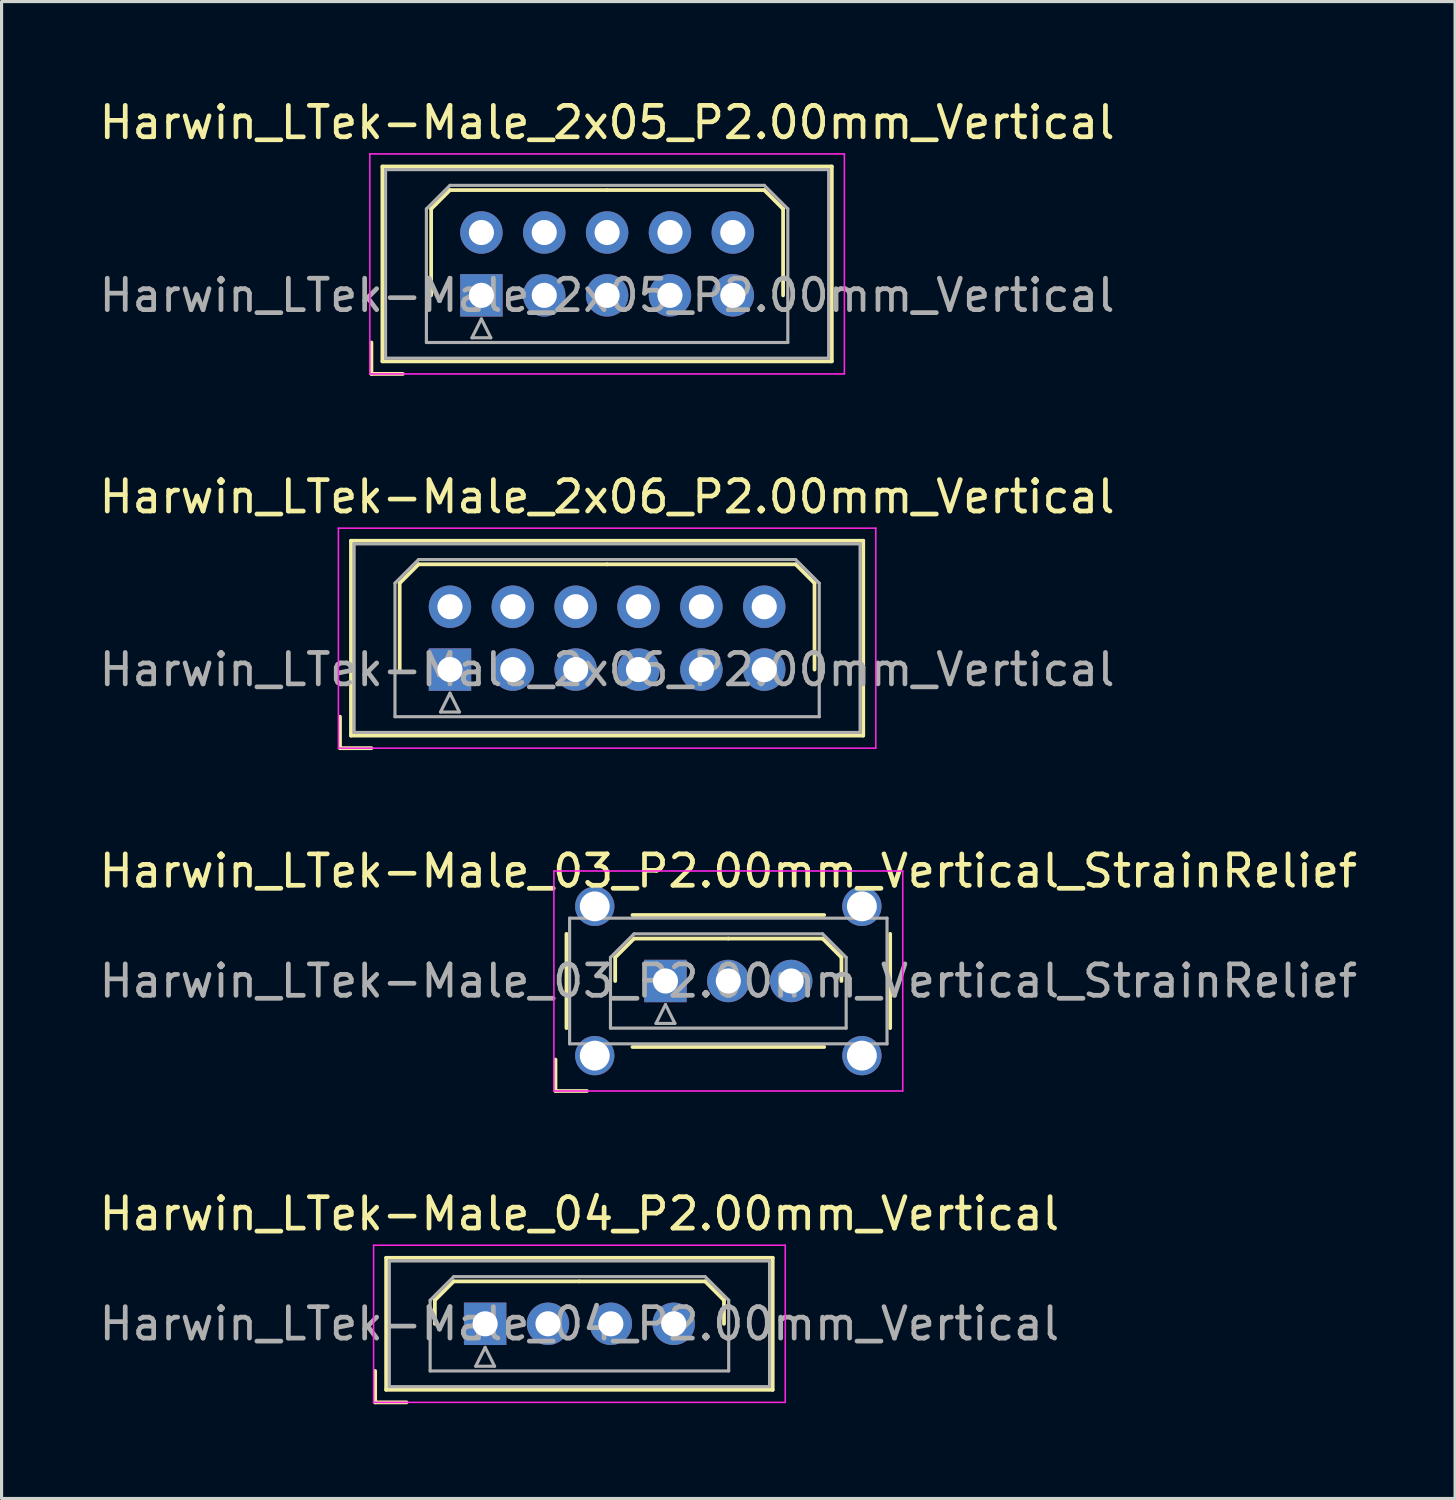
<source format=kicad_pcb>
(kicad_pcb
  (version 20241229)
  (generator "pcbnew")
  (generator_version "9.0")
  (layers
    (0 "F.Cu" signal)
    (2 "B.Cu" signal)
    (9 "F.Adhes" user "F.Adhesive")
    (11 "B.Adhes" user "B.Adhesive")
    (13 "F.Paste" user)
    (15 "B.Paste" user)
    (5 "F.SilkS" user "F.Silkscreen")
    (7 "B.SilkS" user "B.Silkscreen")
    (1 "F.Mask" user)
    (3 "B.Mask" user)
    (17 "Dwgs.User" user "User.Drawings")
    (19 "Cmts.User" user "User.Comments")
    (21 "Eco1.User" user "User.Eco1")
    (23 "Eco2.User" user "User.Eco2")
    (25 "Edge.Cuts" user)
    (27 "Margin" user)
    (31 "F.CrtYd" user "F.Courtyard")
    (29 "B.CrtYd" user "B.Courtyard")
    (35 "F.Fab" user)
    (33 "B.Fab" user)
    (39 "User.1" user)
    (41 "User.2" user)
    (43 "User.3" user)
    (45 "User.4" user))
  (footprint "Harwin_LTek-Male_04_P2.00mm_Vertical"
    (layer "F.Cu")
    (at 12.387 39.073)
    (property "Reference" "Harwin_LTek-Male_04_P2.00mm_Vertical" (at 3 -3.5 0) (layer "F.SilkS") (effects (font (size 1 1) (thickness 0.15))))
    (attr through_hole)
    (fp_line (start -3.5 1.5) (end -3.5 2.5) (stroke (width 0.12) (type solid)) (layer "F.SilkS"))
    (fp_line (start -3.5 2.5) (end -2.5 2.5) (stroke (width 0.12) (type solid)) (layer "F.SilkS"))
    (fp_line (start -3.15 -2.1) (end -3.15 2.1) (stroke (width 0.12) (type solid)) (layer "F.SilkS"))
    (fp_line (start -3.15 2.1) (end 9.15 2.1) (stroke (width 0.12) (type solid)) (layer "F.SilkS"))
    (fp_line (start -1.6 -0.75) (end -1 -1.35) (stroke (width 0.12) (type solid)) (layer "F.SilkS"))
    (fp_line (start -1.6 0) (end -1.6 -0.75) (stroke (width 0.12) (type solid)) (layer "F.SilkS"))
    (fp_line (start -1 -1.35) (end 3 -1.35) (stroke (width 0.12) (type solid)) (layer "F.SilkS"))
    (fp_line (start 7 -1.35) (end 3 -1.35) (stroke (width 0.12) (type solid)) (layer "F.SilkS"))
    (fp_line (start 7.6 -0.75) (end 7 -1.35) (stroke (width 0.12) (type solid)) (layer "F.SilkS"))
    (fp_line (start 7.6 0) (end 7.6 -0.75) (stroke (width 0.12) (type solid)) (layer "F.SilkS"))
    (fp_line (start 9.15 -2.1) (end -3.15 -2.1) (stroke (width 0.12) (type solid)) (layer "F.SilkS"))
    (fp_line (start 9.15 2.1) (end 9.15 -2.1) (stroke (width 0.12) (type solid)) (layer "F.SilkS"))
    (fp_line (start -3.55 -2.5) (end -3.55 2.5) (stroke (width 0.05) (type solid)) (layer "F.CrtYd"))
    (fp_line (start -3.55 2.5) (end 9.55 2.5) (stroke (width 0.05) (type solid)) (layer "F.CrtYd"))
    (fp_line (start 9.55 -2.5) (end -3.55 -2.5) (stroke (width 0.05) (type solid)) (layer "F.CrtYd"))
    (fp_line (start 9.55 2.5) (end 9.55 -2.5) (stroke (width 0.05) (type solid)) (layer "F.CrtYd"))
    (fp_line (start -3.05 -2) (end -3.05 2) (stroke (width 0.1) (type solid)) (layer "F.Fab"))
    (fp_line (start -3.05 2) (end 9.05 2) (stroke (width 0.1) (type solid)) (layer "F.Fab"))
    (fp_line (start -1.75 -0.75) (end -1 -1.5) (stroke (width 0.1) (type solid)) (layer "F.Fab"))
    (fp_line (start -1.75 1.5) (end -1.75 -0.75) (stroke (width 0.1) (type solid)) (layer "F.Fab"))
    (fp_line (start -1 -1.5) (end 7 -1.5) (stroke (width 0.1) (type solid)) (layer "F.Fab"))
    (fp_line (start -0.3 1.35) (end 0.3 1.35) (stroke (width 0.1) (type solid)) (layer "F.Fab"))
    (fp_line (start 0 0.75) (end -0.3 1.35) (stroke (width 0.1) (type solid)) (layer "F.Fab"))
    (fp_line (start 0.3 1.35) (end 0 0.75) (stroke (width 0.1) (type solid)) (layer "F.Fab"))
    (fp_line (start 7 -1.5) (end 7.75 -0.75) (stroke (width 0.1) (type solid)) (layer "F.Fab"))
    (fp_line (start 7.75 -0.75) (end 7.75 1.5) (stroke (width 0.1) (type solid)) (layer "F.Fab"))
    (fp_line (start 7.75 1.5) (end -1.75 1.5) (stroke (width 0.1) (type solid)) (layer "F.Fab"))
    (fp_line (start 9.05 -2) (end -3.05 -2) (stroke (width 0.1) (type solid)) (layer "F.Fab"))
    (fp_line (start 9.05 2) (end 9.05 -2) (stroke (width 0.1) (type solid)) (layer "F.Fab"))
    (fp_text user "${REFERENCE}" (at 3 0 0) (layer "F.Fab") (effects (font (size 1 1) (thickness 0.15))))
    (pad "1" thru_hole rect (at 0 0) (size 1.35 1.35) (drill 0.8) (layers "*.Cu" "*.Mask"))
    (pad "2" thru_hole circle (at 2 0) (size 1.35 1.35) (drill 0.8) (layers "*.Cu" "*.Mask"))
    (pad "3" thru_hole circle (at 4 0) (size 1.35 1.35) (drill 0.8) (layers "*.Cu" "*.Mask"))
    (pad "4" thru_hole circle (at 6 0) (size 1.35 1.35) (drill 0.8) (layers "*.Cu" "*.Mask")))
  (footprint "Harwin_LTek-Male_2x05_P2.00mm_Vertical"
    (layer "F.Cu")
    (at 12.268 6.348)
    (property "Reference" "Harwin_LTek-Male_2x05_P2.00mm_Vertical" (at 4 -5.5 0) (layer "F.SilkS") (effects (font (size 1 1) (thickness 0.15))))
    (attr through_hole)
    (fp_line (start -3.5 1.5) (end -3.5 2.5) (stroke (width 0.12) (type solid)) (layer "F.SilkS"))
    (fp_line (start -3.5 2.5) (end -2.5 2.5) (stroke (width 0.12) (type solid)) (layer "F.SilkS"))
    (fp_line (start -3.15 -4.1) (end -3.15 2.1) (stroke (width 0.12) (type solid)) (layer "F.SilkS"))
    (fp_line (start -3.15 2.1) (end 11.15 2.1) (stroke (width 0.12) (type solid)) (layer "F.SilkS"))
    (fp_line (start -1.6 -2.75) (end -1 -3.35) (stroke (width 0.12) (type solid)) (layer "F.SilkS"))
    (fp_line (start -1.6 0) (end -1.6 -2.75) (stroke (width 0.12) (type solid)) (layer "F.SilkS"))
    (fp_line (start -1 -3.35) (end 4 -3.35) (stroke (width 0.12) (type solid)) (layer "F.SilkS"))
    (fp_line (start 9 -3.35) (end 4 -3.35) (stroke (width 0.12) (type solid)) (layer "F.SilkS"))
    (fp_line (start 9.6 -2.75) (end 9 -3.35) (stroke (width 0.12) (type solid)) (layer "F.SilkS"))
    (fp_line (start 9.6 0) (end 9.6 -2.75) (stroke (width 0.12) (type solid)) (layer "F.SilkS"))
    (fp_line (start 11.15 -4.1) (end -3.15 -4.1) (stroke (width 0.12) (type solid)) (layer "F.SilkS"))
    (fp_line (start 11.15 2.1) (end 11.15 -4.1) (stroke (width 0.12) (type solid)) (layer "F.SilkS"))
    (fp_line (start -3.55 -4.5) (end -3.55 2.5) (stroke (width 0.05) (type solid)) (layer "F.CrtYd"))
    (fp_line (start -3.55 2.5) (end 11.55 2.5) (stroke (width 0.05) (type solid)) (layer "F.CrtYd"))
    (fp_line (start 11.55 -4.5) (end -3.55 -4.5) (stroke (width 0.05) (type solid)) (layer "F.CrtYd"))
    (fp_line (start 11.55 2.5) (end 11.55 -4.5) (stroke (width 0.05) (type solid)) (layer "F.CrtYd"))
    (fp_line (start -3.05 -4) (end -3.05 2) (stroke (width 0.1) (type solid)) (layer "F.Fab"))
    (fp_line (start -3.05 2) (end 11.05 2) (stroke (width 0.1) (type solid)) (layer "F.Fab"))
    (fp_line (start -1.75 -2.75) (end -1 -3.5) (stroke (width 0.1) (type solid)) (layer "F.Fab"))
    (fp_line (start -1.75 1.5) (end -1.75 -2.75) (stroke (width 0.1) (type solid)) (layer "F.Fab"))
    (fp_line (start -1 -3.5) (end 9 -3.5) (stroke (width 0.1) (type solid)) (layer "F.Fab"))
    (fp_line (start -0.3 1.35) (end 0.3 1.35) (stroke (width 0.1) (type solid)) (layer "F.Fab"))
    (fp_line (start 0 0.75) (end -0.3 1.35) (stroke (width 0.1) (type solid)) (layer "F.Fab"))
    (fp_line (start 0.3 1.35) (end 0 0.75) (stroke (width 0.1) (type solid)) (layer "F.Fab"))
    (fp_line (start 9 -3.5) (end 9.75 -2.75) (stroke (width 0.1) (type solid)) (layer "F.Fab"))
    (fp_line (start 9.75 -2.75) (end 9.75 1.5) (stroke (width 0.1) (type solid)) (layer "F.Fab"))
    (fp_line (start 9.75 1.5) (end -1.75 1.5) (stroke (width 0.1) (type solid)) (layer "F.Fab"))
    (fp_line (start 11.05 -4) (end -3.05 -4) (stroke (width 0.1) (type solid)) (layer "F.Fab"))
    (fp_line (start 11.05 2) (end 11.05 -4) (stroke (width 0.1) (type solid)) (layer "F.Fab"))
    (fp_text user "${REFERENCE}" (at 4 0 0) (layer "F.Fab") (effects (font (size 1 1) (thickness 0.15))))
    (pad "1" thru_hole rect (at 0 0) (size 1.35 1.35) (drill 0.8) (layers "*.Cu" "*.Mask"))
    (pad "2" thru_hole circle (at 0 -2) (size 1.35 1.35) (drill 0.8) (layers "*.Cu" "*.Mask"))
    (pad "3" thru_hole circle (at 2 0) (size 1.35 1.35) (drill 0.8) (layers "*.Cu" "*.Mask"))
    (pad "4" thru_hole circle (at 2 -2) (size 1.35 1.35) (drill 0.8) (layers "*.Cu" "*.Mask"))
    (pad "5" thru_hole circle (at 4 0) (size 1.35 1.35) (drill 0.8) (layers "*.Cu" "*.Mask"))
    (pad "6" thru_hole circle (at 4 -2) (size 1.35 1.35) (drill 0.8) (layers "*.Cu" "*.Mask"))
    (pad "7" thru_hole circle (at 6 0) (size 1.35 1.35) (drill 0.8) (layers "*.Cu" "*.Mask"))
    (pad "8" thru_hole circle (at 6 -2) (size 1.35 1.35) (drill 0.8) (layers "*.Cu" "*.Mask"))
    (pad "9" thru_hole circle (at 8 0) (size 1.35 1.35) (drill 0.8) (layers "*.Cu" "*.Mask"))
    (pad "10" thru_hole circle (at 8 -2) (size 1.35 1.35) (drill 0.8) (layers "*.Cu" "*.Mask")))
  (footprint "Harwin_LTek-Male_03_P2.00mm_Vertical_StrainRelief"
    (layer "F.Cu")
    (at 18.125 28.165)
    (property "Reference" "Harwin_LTek-Male_03_P2.00mm_Vertical_StrainRelief" (at 2 -3.5 0) (layer "F.SilkS") (effects (font (size 1 1) (thickness 0.15))))
    (attr through_hole)
    (fp_line (start -3.5 2.5) (end -3.5 3.5) (stroke (width 0.12) (type solid)) (layer "F.SilkS"))
    (fp_line (start -3.5 3.5) (end -2.5 3.5) (stroke (width 0.12) (type solid)) (layer "F.SilkS"))
    (fp_line (start -3.15 -1.5) (end -3.15 1.5) (stroke (width 0.12) (type solid)) (layer "F.SilkS"))
    (fp_line (start -1.6 -0.75) (end -1 -1.35) (stroke (width 0.12) (type solid)) (layer "F.SilkS"))
    (fp_line (start -1.6 0) (end -1.6 -0.75) (stroke (width 0.12) (type solid)) (layer "F.SilkS"))
    (fp_line (start -1.05 -2.1) (end 5.05 -2.1) (stroke (width 0.12) (type solid)) (layer "F.SilkS"))
    (fp_line (start -1.05 2.1) (end 5.05 2.1) (stroke (width 0.12) (type solid)) (layer "F.SilkS"))
    (fp_line (start -1 -1.35) (end 2 -1.35) (stroke (width 0.12) (type solid)) (layer "F.SilkS"))
    (fp_line (start 5 -1.35) (end 2 -1.35) (stroke (width 0.12) (type solid)) (layer "F.SilkS"))
    (fp_line (start 5.6 -0.75) (end 5 -1.35) (stroke (width 0.12) (type solid)) (layer "F.SilkS"))
    (fp_line (start 5.6 0) (end 5.6 -0.75) (stroke (width 0.12) (type solid)) (layer "F.SilkS"))
    (fp_line (start 7.15 -1.5) (end 7.15 1.5) (stroke (width 0.12) (type solid)) (layer "F.SilkS"))
    (fp_line (start -3.55 -3.5) (end -3.55 3.5) (stroke (width 0.05) (type solid)) (layer "F.CrtYd"))
    (fp_line (start -3.55 3.5) (end 7.55 3.5) (stroke (width 0.05) (type solid)) (layer "F.CrtYd"))
    (fp_line (start 7.55 -3.5) (end -3.55 -3.5) (stroke (width 0.05) (type solid)) (layer "F.CrtYd"))
    (fp_line (start 7.55 3.5) (end 7.55 -3.5) (stroke (width 0.05) (type solid)) (layer "F.CrtYd"))
    (fp_line (start -3.05 -2) (end -3.05 2) (stroke (width 0.1) (type solid)) (layer "F.Fab"))
    (fp_line (start -3.05 2) (end 7.05 2) (stroke (width 0.1) (type solid)) (layer "F.Fab"))
    (fp_line (start -1.75 -0.75) (end -1 -1.5) (stroke (width 0.1) (type solid)) (layer "F.Fab"))
    (fp_line (start -1.75 1.5) (end -1.75 -0.75) (stroke (width 0.1) (type solid)) (layer "F.Fab"))
    (fp_line (start -1 -1.5) (end 5 -1.5) (stroke (width 0.1) (type solid)) (layer "F.Fab"))
    (fp_line (start -0.3 1.35) (end 0.3 1.35) (stroke (width 0.1) (type solid)) (layer "F.Fab"))
    (fp_line (start 0 0.75) (end -0.3 1.35) (stroke (width 0.1) (type solid)) (layer "F.Fab"))
    (fp_line (start 0.3 1.35) (end 0 0.75) (stroke (width 0.1) (type solid)) (layer "F.Fab"))
    (fp_line (start 5 -1.5) (end 5.75 -0.75) (stroke (width 0.1) (type solid)) (layer "F.Fab"))
    (fp_line (start 5.75 -0.75) (end 5.75 1.5) (stroke (width 0.1) (type solid)) (layer "F.Fab"))
    (fp_line (start 5.75 1.5) (end -1.75 1.5) (stroke (width 0.1) (type solid)) (layer "F.Fab"))
    (fp_line (start 7.05 -2) (end -3.05 -2) (stroke (width 0.1) (type solid)) (layer "F.Fab"))
    (fp_line (start 7.05 2) (end 7.05 -2) (stroke (width 0.1) (type solid)) (layer "F.Fab"))
    (fp_text user "${REFERENCE}" (at 2 0 0) (layer "F.Fab") (effects (font (size 1 1) (thickness 0.15))))
    (pad "" thru_hole circle (at -2.25 -2.375) (size 1.25 1.25) (drill 0.95) (layers "*.Cu" "*.Mask"))
    (pad "" thru_hole circle (at -2.25 2.375) (size 1.25 1.25) (drill 0.95) (layers "*.Cu" "*.Mask"))
    (pad "" thru_hole circle (at 6.25 -2.375) (size 1.25 1.25) (drill 0.95) (layers "*.Cu" "*.Mask"))
    (pad "" thru_hole circle (at 6.25 2.375) (size 1.25 1.25) (drill 0.95) (layers "*.Cu" "*.Mask"))
    (pad "1" thru_hole rect (at 0 0) (size 1.35 1.35) (drill 0.8) (layers "*.Cu" "*.Mask"))
    (pad "2" thru_hole circle (at 2 0) (size 1.35 1.35) (drill 0.8) (layers "*.Cu" "*.Mask"))
    (pad "3" thru_hole circle (at 4 0) (size 1.35 1.35) (drill 0.8) (layers "*.Cu" "*.Mask")))
  (footprint "Harwin_LTek-Male_2x06_P2.00mm_Vertical"
    (layer "F.Cu")
    (at 11.268 18.256)
    (property "Reference" "Harwin_LTek-Male_2x06_P2.00mm_Vertical" (at 5 -5.5 0) (layer "F.SilkS") (effects (font (size 1 1) (thickness 0.15))))
    (attr through_hole)
    (fp_line (start -3.5 1.5) (end -3.5 2.5) (stroke (width 0.12) (type solid)) (layer "F.SilkS"))
    (fp_line (start -3.5 2.5) (end -2.5 2.5) (stroke (width 0.12) (type solid)) (layer "F.SilkS"))
    (fp_line (start -3.15 -4.1) (end -3.15 2.1) (stroke (width 0.12) (type solid)) (layer "F.SilkS"))
    (fp_line (start -3.15 2.1) (end 13.15 2.1) (stroke (width 0.12) (type solid)) (layer "F.SilkS"))
    (fp_line (start -1.6 -2.75) (end -1 -3.35) (stroke (width 0.12) (type solid)) (layer "F.SilkS"))
    (fp_line (start -1.6 0) (end -1.6 -2.75) (stroke (width 0.12) (type solid)) (layer "F.SilkS"))
    (fp_line (start -1 -3.35) (end 5 -3.35) (stroke (width 0.12) (type solid)) (layer "F.SilkS"))
    (fp_line (start 11 -3.35) (end 5 -3.35) (stroke (width 0.12) (type solid)) (layer "F.SilkS"))
    (fp_line (start 11.6 -2.75) (end 11 -3.35) (stroke (width 0.12) (type solid)) (layer "F.SilkS"))
    (fp_line (start 11.6 0) (end 11.6 -2.75) (stroke (width 0.12) (type solid)) (layer "F.SilkS"))
    (fp_line (start 13.15 -4.1) (end -3.15 -4.1) (stroke (width 0.12) (type solid)) (layer "F.SilkS"))
    (fp_line (start 13.15 2.1) (end 13.15 -4.1) (stroke (width 0.12) (type solid)) (layer "F.SilkS"))
    (fp_line (start -3.55 -4.5) (end -3.55 2.5) (stroke (width 0.05) (type solid)) (layer "F.CrtYd"))
    (fp_line (start -3.55 2.5) (end 13.55 2.5) (stroke (width 0.05) (type solid)) (layer "F.CrtYd"))
    (fp_line (start 13.55 -4.5) (end -3.55 -4.5) (stroke (width 0.05) (type solid)) (layer "F.CrtYd"))
    (fp_line (start 13.55 2.5) (end 13.55 -4.5) (stroke (width 0.05) (type solid)) (layer "F.CrtYd"))
    (fp_line (start -3.05 -4) (end -3.05 2) (stroke (width 0.1) (type solid)) (layer "F.Fab"))
    (fp_line (start -3.05 2) (end 13.05 2) (stroke (width 0.1) (type solid)) (layer "F.Fab"))
    (fp_line (start -1.75 -2.75) (end -1 -3.5) (stroke (width 0.1) (type solid)) (layer "F.Fab"))
    (fp_line (start -1.75 1.5) (end -1.75 -2.75) (stroke (width 0.1) (type solid)) (layer "F.Fab"))
    (fp_line (start -1 -3.5) (end 11 -3.5) (stroke (width 0.1) (type solid)) (layer "F.Fab"))
    (fp_line (start -0.3 1.35) (end 0.3 1.35) (stroke (width 0.1) (type solid)) (layer "F.Fab"))
    (fp_line (start 0 0.75) (end -0.3 1.35) (stroke (width 0.1) (type solid)) (layer "F.Fab"))
    (fp_line (start 0.3 1.35) (end 0 0.75) (stroke (width 0.1) (type solid)) (layer "F.Fab"))
    (fp_line (start 11 -3.5) (end 11.75 -2.75) (stroke (width 0.1) (type solid)) (layer "F.Fab"))
    (fp_line (start 11.75 -2.75) (end 11.75 1.5) (stroke (width 0.1) (type solid)) (layer "F.Fab"))
    (fp_line (start 11.75 1.5) (end -1.75 1.5) (stroke (width 0.1) (type solid)) (layer "F.Fab"))
    (fp_line (start 13.05 -4) (end -3.05 -4) (stroke (width 0.1) (type solid)) (layer "F.Fab"))
    (fp_line (start 13.05 2) (end 13.05 -4) (stroke (width 0.1) (type solid)) (layer "F.Fab"))
    (fp_text user "${REFERENCE}" (at 5 0 0) (layer "F.Fab") (effects (font (size 1 1) (thickness 0.15))))
    (pad "1" thru_hole rect (at 0 0) (size 1.35 1.35) (drill 0.8) (layers "*.Cu" "*.Mask"))
    (pad "2" thru_hole circle (at 0 -2) (size 1.35 1.35) (drill 0.8) (layers "*.Cu" "*.Mask"))
    (pad "3" thru_hole circle (at 2 0) (size 1.35 1.35) (drill 0.8) (layers "*.Cu" "*.Mask"))
    (pad "4" thru_hole circle (at 2 -2) (size 1.35 1.35) (drill 0.8) (layers "*.Cu" "*.Mask"))
    (pad "5" thru_hole circle (at 4 0) (size 1.35 1.35) (drill 0.8) (layers "*.Cu" "*.Mask"))
    (pad "6" thru_hole circle (at 4 -2) (size 1.35 1.35) (drill 0.8) (layers "*.Cu" "*.Mask"))
    (pad "7" thru_hole circle (at 6 0) (size 1.35 1.35) (drill 0.8) (layers "*.Cu" "*.Mask"))
    (pad "8" thru_hole circle (at 6 -2) (size 1.35 1.35) (drill 0.8) (layers "*.Cu" "*.Mask"))
    (pad "9" thru_hole circle (at 8 0) (size 1.35 1.35) (drill 0.8) (layers "*.Cu" "*.Mask"))
    (pad "10" thru_hole circle (at 8 -2) (size 1.35 1.35) (drill 0.8) (layers "*.Cu" "*.Mask"))
    (pad "11" thru_hole circle (at 10 0) (size 1.35 1.35) (drill 0.8) (layers "*.Cu" "*.Mask"))
    (pad "12" thru_hole circle (at 10 -2) (size 1.35 1.35) (drill 0.8) (layers "*.Cu" "*.Mask")))
  (gr_rect
    (start -3 -3)
    (end 43.25 44.633)
    (stroke (width 0.1) (type default))
    (fill no)
    (layer "Edge.Cuts")))
</source>
